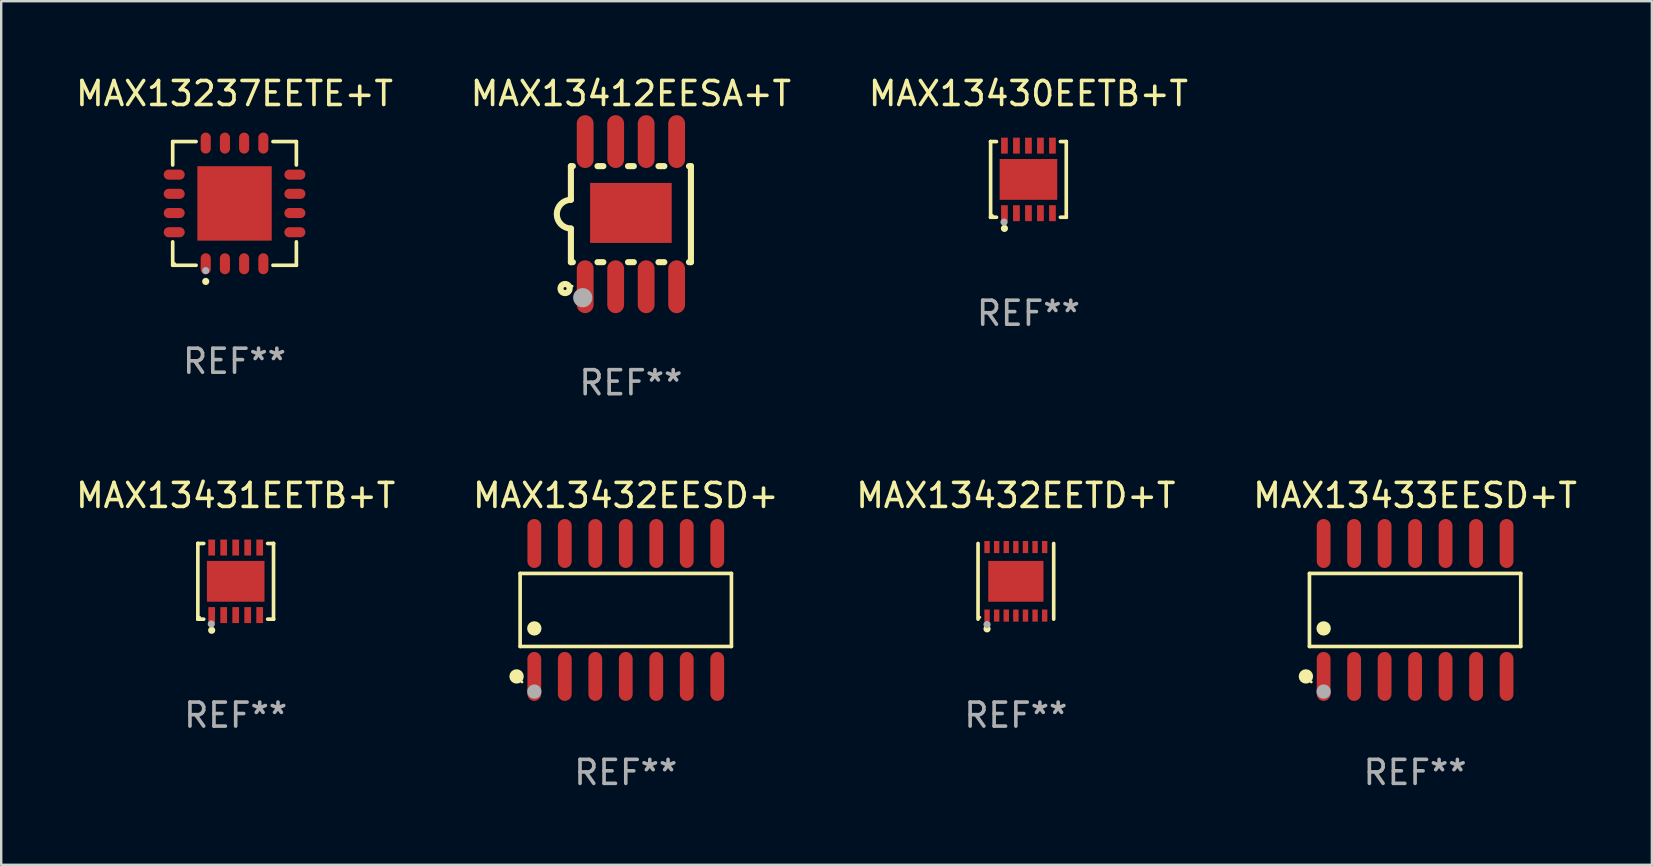
<source format=kicad_pcb>
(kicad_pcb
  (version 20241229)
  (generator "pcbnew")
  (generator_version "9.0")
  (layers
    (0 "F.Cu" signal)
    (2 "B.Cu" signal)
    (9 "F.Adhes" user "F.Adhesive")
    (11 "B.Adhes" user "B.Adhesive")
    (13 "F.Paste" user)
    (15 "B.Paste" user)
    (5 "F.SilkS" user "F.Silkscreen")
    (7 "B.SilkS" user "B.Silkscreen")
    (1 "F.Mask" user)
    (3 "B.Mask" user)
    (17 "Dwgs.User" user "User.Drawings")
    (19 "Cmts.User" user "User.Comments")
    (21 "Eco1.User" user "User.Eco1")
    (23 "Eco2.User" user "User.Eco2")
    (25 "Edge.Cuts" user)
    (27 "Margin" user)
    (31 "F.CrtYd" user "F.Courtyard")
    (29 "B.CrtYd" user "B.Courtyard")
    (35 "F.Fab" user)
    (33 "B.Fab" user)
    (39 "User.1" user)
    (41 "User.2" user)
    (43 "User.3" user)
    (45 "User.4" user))
  (footprint "MAX13412EESA+T"
    (layer "F.Cu")
    (at 23.232 5.871)
    (property "Reference" "MAX13412EESA+T" (at 0 -5.023 0) (layer "F.SilkS") (effects (font (size 1 1) (thickness 0.15))))
    (attr through_hole)
    (fp_line (start -2.5 -2) (end -2.5 -0.6) (stroke (width 0.254) (type solid)) (layer "F.SilkS"))
    (fp_line (start -2.5 2) (end -2.5 0.6) (stroke (width 0.254) (type solid)) (layer "F.SilkS"))
    (fp_line (start -2.418 2) (end -2.5 2) (stroke (width 0.254) (type solid)) (layer "F.SilkS"))
    (fp_line (start -2.418 -2) (end -2.5 -2) (stroke (width 0.254) (type solid)) (layer "F.SilkS"))
    (fp_line (start -1.148 2) (end -1.392 2) (stroke (width 0.254) (type solid)) (layer "F.SilkS"))
    (fp_line (start -1.148 -2) (end -1.392 -2) (stroke (width 0.254) (type solid)) (layer "F.SilkS"))
    (fp_line (start 0.122 2) (end -0.122 2) (stroke (width 0.254) (type solid)) (layer "F.SilkS"))
    (fp_line (start 0.122 -2) (end -0.122 -2) (stroke (width 0.254) (type solid)) (layer "F.SilkS"))
    (fp_line (start 1.392 2) (end 1.148 2) (stroke (width 0.254) (type solid)) (layer "F.SilkS"))
    (fp_line (start 1.392 -2) (end 1.148 -2) (stroke (width 0.254) (type solid)) (layer "F.SilkS"))
    (fp_line (start 2.5 -2) (end 2.418 -2) (stroke (width 0.254) (type solid)) (layer "F.SilkS"))
    (fp_line (start 2.5 -2) (end 2.5 2) (stroke (width 0.254) (type solid)) (layer "F.SilkS"))
    (fp_line (start 2.5 2) (end 2.418 2) (stroke (width 0.254) (type solid)) (layer "F.SilkS"))
    (fp_arc (start -2.499365 0.599441) (mid -3.094402 0) (end -2.499364 -0.599441) (stroke (width 0.254001) (type solid)) (layer "F.SilkS"))
    (fp_circle (center -2.743 3.099) (end -2.553 3.099) (stroke (width 0.254) (type solid)) (fill no) (layer "F.SilkS"))
    (fp_circle (center -2.45 3) (end -2.42 3) (stroke (width 0.06) (type solid)) (fill no) (layer "F.SilkS"))
    (fp_circle (center -2.007 3.48) (end -1.807 3.48) (stroke (width 0.4) (type solid)) (fill no) (layer "F.Fab"))
    (fp_text user "REF**" (at 0 7.023 0) (layer "F.Fab") (effects (font (size 1 1) (thickness 0.15))))
    (pad "1" smd oval (at -1.905 3.023 180) (size 0.7 2.2) (layers "F.Cu" "F.Mask" "F.Paste"))
    (pad "2" smd oval (at -0.635 3.023 180) (size 0.7 2.2) (layers "F.Cu" "F.Mask" "F.Paste"))
    (pad "3" smd oval (at 0.635 3.023 180) (size 0.7 2.2) (layers "F.Cu" "F.Mask" "F.Paste"))
    (pad "4" smd oval (at 1.905 3.023 180) (size 0.7 2.2) (layers "F.Cu" "F.Mask" "F.Paste"))
    (pad "5" smd oval (at 1.905 -3.023 180) (size 0.7 2.2) (layers "F.Cu" "F.Mask" "F.Paste"))
    (pad "6" smd oval (at 0.635 -3.023 180) (size 0.7 2.2) (layers "F.Cu" "F.Mask" "F.Paste"))
    (pad "7" smd oval (at -0.635 -3.023 180) (size 0.7 2.2) (layers "F.Cu" "F.Mask" "F.Paste"))
    (pad "8" smd oval (at -1.905 -3.023 180) (size 0.7 2.2) (layers "F.Cu" "F.Mask" "F.Paste"))
    (pad "9" smd rect (at 0 -0.051 90) (size 2.5 3.4) (layers "F.Cu" "F.Mask" "F.Paste")))
  (footprint "MAX13432EESD+"
    (layer "F.Cu")
    (at 23.018 22.359)
    (property "Reference" "MAX13432EESD+" (at 0 -4.769 0) (layer "F.SilkS") (effects (font (size 1 1) (thickness 0.15))))
    (attr through_hole)
    (fp_line (start -4.401 -1.521) (end 4.401 -1.521) (stroke (width 0.152) (type solid)) (layer "F.SilkS"))
    (fp_line (start -4.401 1.521) (end -4.401 -1.521) (stroke (width 0.152) (type solid)) (layer "F.SilkS"))
    (fp_line (start 4.401 -1.521) (end 4.401 1.521) (stroke (width 0.152) (type solid)) (layer "F.SilkS"))
    (fp_line (start 4.401 1.521) (end -4.401 1.521) (stroke (width 0.152) (type solid)) (layer "F.SilkS"))
    (fp_circle (center -4.549 2.769) (end -4.399 2.769) (stroke (width 0.3) (type solid)) (fill no) (layer "F.SilkS"))
    (fp_circle (center -4.325 3) (end -4.295 3) (stroke (width 0.06) (type solid)) (fill no) (layer "F.SilkS"))
    (fp_circle (center -3.81 0.769) (end -3.66 0.769) (stroke (width 0.3) (type solid)) (fill no) (layer "F.SilkS"))
    (fp_circle (center -3.81 3.4) (end -3.66 3.4) (stroke (width 0.3) (type solid)) (fill no) (layer "F.Fab"))
    (fp_text user "REF**" (at 0 6.769 0) (layer "F.Fab") (effects (font (size 1 1) (thickness 0.15))))
    (pad "1" smd oval (at -3.81 2.769) (size 0.574 2.038) (layers "F.Cu" "F.Mask" "F.Paste"))
    (pad "2" smd oval (at -2.54 2.769) (size 0.574 2.038) (layers "F.Cu" "F.Mask" "F.Paste"))
    (pad "3" smd oval (at -1.27 2.769) (size 0.574 2.038) (layers "F.Cu" "F.Mask" "F.Paste"))
    (pad "4" smd oval (at 0 2.769) (size 0.574 2.038) (layers "F.Cu" "F.Mask" "F.Paste"))
    (pad "5" smd oval (at 1.27 2.769) (size 0.574 2.038) (layers "F.Cu" "F.Mask" "F.Paste"))
    (pad "6" smd oval (at 2.54 2.769) (size 0.574 2.038) (layers "F.Cu" "F.Mask" "F.Paste"))
    (pad "7" smd oval (at 3.81 2.769) (size 0.574 2.038) (layers "F.Cu" "F.Mask" "F.Paste"))
    (pad "8" smd oval (at 3.81 -2.769) (size 0.574 2.038) (layers "F.Cu" "F.Mask" "F.Paste"))
    (pad "9" smd oval (at 2.54 -2.769) (size 0.574 2.038) (layers "F.Cu" "F.Mask" "F.Paste"))
    (pad "10" smd oval (at 1.27 -2.769) (size 0.574 2.038) (layers "F.Cu" "F.Mask" "F.Paste"))
    (pad "11" smd oval (at 0 -2.769) (size 0.574 2.038) (layers "F.Cu" "F.Mask" "F.Paste"))
    (pad "12" smd oval (at -1.27 -2.769) (size 0.574 2.038) (layers "F.Cu" "F.Mask" "F.Paste"))
    (pad "13" smd oval (at -2.54 -2.769) (size 0.574 2.038) (layers "F.Cu" "F.Mask" "F.Paste"))
    (pad "14" smd oval (at -3.81 -2.769) (size 0.574 2.038) (layers "F.Cu" "F.Mask" "F.Paste")))
  (footprint "MAX13433EESD+T"
    (layer "F.Cu")
    (at 55.899 22.359)
    (property "Reference" "MAX13433EESD+T" (at 0 -4.769 0) (layer "F.SilkS") (effects (font (size 1 1) (thickness 0.15))))
    (attr through_hole)
    (fp_line (start -4.401 -1.521) (end 4.401 -1.521) (stroke (width 0.152) (type solid)) (layer "F.SilkS"))
    (fp_line (start -4.401 1.521) (end -4.401 -1.521) (stroke (width 0.152) (type solid)) (layer "F.SilkS"))
    (fp_line (start 4.401 -1.521) (end 4.401 1.521) (stroke (width 0.152) (type solid)) (layer "F.SilkS"))
    (fp_line (start 4.401 1.521) (end -4.401 1.521) (stroke (width 0.152) (type solid)) (layer "F.SilkS"))
    (fp_circle (center -4.549 2.769) (end -4.399 2.769) (stroke (width 0.3) (type solid)) (fill no) (layer "F.SilkS"))
    (fp_circle (center -4.325 3) (end -4.295 3) (stroke (width 0.06) (type solid)) (fill no) (layer "F.SilkS"))
    (fp_circle (center -3.81 0.769) (end -3.66 0.769) (stroke (width 0.3) (type solid)) (fill no) (layer "F.SilkS"))
    (fp_circle (center -3.81 3.4) (end -3.66 3.4) (stroke (width 0.3) (type solid)) (fill no) (layer "F.Fab"))
    (fp_text user "REF**" (at 0 6.769 0) (layer "F.Fab") (effects (font (size 1 1) (thickness 0.15))))
    (pad "1" smd oval (at -3.81 2.769) (size 0.574 2.038) (layers "F.Cu" "F.Mask" "F.Paste"))
    (pad "2" smd oval (at -2.54 2.769) (size 0.574 2.038) (layers "F.Cu" "F.Mask" "F.Paste"))
    (pad "3" smd oval (at -1.27 2.769) (size 0.574 2.038) (layers "F.Cu" "F.Mask" "F.Paste"))
    (pad "4" smd oval (at 0 2.769) (size 0.574 2.038) (layers "F.Cu" "F.Mask" "F.Paste"))
    (pad "5" smd oval (at 1.27 2.769) (size 0.574 2.038) (layers "F.Cu" "F.Mask" "F.Paste"))
    (pad "6" smd oval (at 2.54 2.769) (size 0.574 2.038) (layers "F.Cu" "F.Mask" "F.Paste"))
    (pad "7" smd oval (at 3.81 2.769) (size 0.574 2.038) (layers "F.Cu" "F.Mask" "F.Paste"))
    (pad "8" smd oval (at 3.81 -2.769) (size 0.574 2.038) (layers "F.Cu" "F.Mask" "F.Paste"))
    (pad "9" smd oval (at 2.54 -2.769) (size 0.574 2.038) (layers "F.Cu" "F.Mask" "F.Paste"))
    (pad "10" smd oval (at 1.27 -2.769) (size 0.574 2.038) (layers "F.Cu" "F.Mask" "F.Paste"))
    (pad "11" smd oval (at 0 -2.769) (size 0.574 2.038) (layers "F.Cu" "F.Mask" "F.Paste"))
    (pad "12" smd oval (at -1.27 -2.769) (size 0.574 2.038) (layers "F.Cu" "F.Mask" "F.Paste"))
    (pad "13" smd oval (at -2.54 -2.769) (size 0.574 2.038) (layers "F.Cu" "F.Mask" "F.Paste"))
    (pad "14" smd oval (at -3.81 -2.769) (size 0.574 2.038) (layers "F.Cu" "F.Mask" "F.Paste")))
  (footprint "MAX13430EETB+T"
    (layer "F.Cu")
    (at 39.792 4.424)
    (property "Reference" "MAX13430EETB+T" (at 0 -3.576 0) (layer "F.SilkS") (effects (font (size 1 1) (thickness 0.15))))
    (attr through_hole)
    (fp_line (start -1.576 -1.576) (end -1.576 -1.576) (stroke (width 0.152) (type solid)) (layer "F.SilkS"))
    (fp_line (start -1.576 -1.576) (end -1.331 -1.576) (stroke (width 0.152) (type solid)) (layer "F.SilkS"))
    (fp_line (start -1.576 1.576) (end -1.576 -1.576) (stroke (width 0.152) (type solid)) (layer "F.SilkS"))
    (fp_line (start -1.576 1.576) (end -1.576 1.576) (stroke (width 0.152) (type solid)) (layer "F.SilkS"))
    (fp_line (start -1.331 1.576) (end -1.576 1.576) (stroke (width 0.152) (type solid)) (layer "F.SilkS"))
    (fp_line (start 1.331 1.576) (end 1.576 1.576) (stroke (width 0.152) (type solid)) (layer "F.SilkS"))
    (fp_line (start 1.576 -1.576) (end 1.331 -1.576) (stroke (width 0.152) (type solid)) (layer "F.SilkS"))
    (fp_line (start 1.576 -1.576) (end 1.576 -1.576) (stroke (width 0.152) (type solid)) (layer "F.SilkS"))
    (fp_line (start 1.576 1.576) (end 1.576 -1.576) (stroke (width 0.152) (type solid)) (layer "F.SilkS"))
    (fp_line (start 1.576 1.576) (end 1.576 1.576) (stroke (width 0.152) (type solid)) (layer "F.SilkS"))
    (fp_circle (center -1.5 1.5) (end -1.47 1.5) (stroke (width 0.06) (type solid)) (fill no) (layer "F.SilkS"))
    (fp_circle (center -1 2.04) (end -0.925 2.04) (stroke (width 0.15) (type solid)) (fill no) (layer "F.SilkS"))
    (fp_circle (center -1.016 1.778) (end -0.941 1.778) (stroke (width 0.15) (type solid)) (fill no) (layer "F.Fab"))
    (fp_text user "REF**" (at 0 5.576 0) (layer "F.Fab") (effects (font (size 1 1) (thickness 0.15))))
    (pad "1" smd rect (at -1 1.407) (size 0.28 0.665) (layers "F.Cu" "F.Mask" "F.Paste"))
    (pad "2" smd rect (at -0.5 1.407) (size 0.28 0.665) (layers "F.Cu" "F.Mask" "F.Paste"))
    (pad "3" smd rect (at 0 1.407) (size 0.28 0.665) (layers "F.Cu" "F.Mask" "F.Paste"))
    (pad "4" smd rect (at 0.5 1.407) (size 0.28 0.665) (layers "F.Cu" "F.Mask" "F.Paste"))
    (pad "5" smd rect (at 1 1.407) (size 0.28 0.665) (layers "F.Cu" "F.Mask" "F.Paste"))
    (pad "6" smd rect (at 1 -1.407) (size 0.28 0.665) (layers "F.Cu" "F.Mask" "F.Paste"))
    (pad "7" smd rect (at 0.5 -1.407) (size 0.28 0.665) (layers "F.Cu" "F.Mask" "F.Paste"))
    (pad "8" smd rect (at 0 -1.407) (size 0.28 0.665) (layers "F.Cu" "F.Mask" "F.Paste"))
    (pad "9" smd rect (at -0.5 -1.407) (size 0.28 0.665) (layers "F.Cu" "F.Mask" "F.Paste"))
    (pad "10" smd rect (at -1 -1.407) (size 0.28 0.665) (layers "F.Cu" "F.Mask" "F.Paste"))
    (pad "11" smd rect (at 0 0) (size 2.4 1.7) (layers "F.Cu" "F.Mask" "F.Paste")))
  (footprint "MAX13432EETD+T"
    (layer "F.Cu")
    (at 39.268 21.166)
    (property "Reference" "MAX13432EETD+T" (at 0 -3.576 0) (layer "F.SilkS") (effects (font (size 1 1) (thickness 0.15))))
    (attr through_hole)
    (fp_line (start -1.576 1.576) (end -1.576 -1.576) (stroke (width 0.152) (type solid)) (layer "F.SilkS"))
    (fp_line (start 1.576 1.576) (end 1.576 -1.576) (stroke (width 0.152) (type solid)) (layer "F.SilkS"))
    (fp_circle (center -1.5 1.5) (end -1.47 1.5) (stroke (width 0.06) (type solid)) (fill no) (layer "F.SilkS"))
    (fp_circle (center -1.2 1.98) (end -1.125 1.98) (stroke (width 0.15) (type solid)) (fill no) (layer "F.SilkS"))
    (fp_circle (center -1.2 1.8) (end -1.125 1.8) (stroke (width 0.15) (type solid)) (fill no) (layer "F.Fab"))
    (fp_text user "REF**" (at 0 5.576 0) (layer "F.Fab") (effects (font (size 1 1) (thickness 0.15))))
    (pad "1" smd rect (at -1.2 1.427) (size 0.224 0.505) (layers "F.Cu" "F.Mask" "F.Paste"))
    (pad "2" smd rect (at -0.8 1.427) (size 0.224 0.505) (layers "F.Cu" "F.Mask" "F.Paste"))
    (pad "3" smd rect (at -0.4 1.427) (size 0.224 0.505) (layers "F.Cu" "F.Mask" "F.Paste"))
    (pad "4" smd rect (at 0 1.427) (size 0.224 0.505) (layers "F.Cu" "F.Mask" "F.Paste"))
    (pad "5" smd rect (at 0.4 1.427) (size 0.224 0.505) (layers "F.Cu" "F.Mask" "F.Paste"))
    (pad "6" smd rect (at 0.8 1.427) (size 0.224 0.505) (layers "F.Cu" "F.Mask" "F.Paste"))
    (pad "7" smd rect (at 1.2 1.427) (size 0.224 0.505) (layers "F.Cu" "F.Mask" "F.Paste"))
    (pad "8" smd rect (at 1.2 -1.427) (size 0.224 0.505) (layers "F.Cu" "F.Mask" "F.Paste"))
    (pad "9" smd rect (at 0.8 -1.427) (size 0.224 0.505) (layers "F.Cu" "F.Mask" "F.Paste"))
    (pad "10" smd rect (at 0.4 -1.427) (size 0.224 0.505) (layers "F.Cu" "F.Mask" "F.Paste"))
    (pad "11" smd rect (at 0 -1.427) (size 0.224 0.505) (layers "F.Cu" "F.Mask" "F.Paste"))
    (pad "12" smd rect (at -0.4 -1.427) (size 0.224 0.505) (layers "F.Cu" "F.Mask" "F.Paste"))
    (pad "13" smd rect (at -0.8 -1.427) (size 0.224 0.505) (layers "F.Cu" "F.Mask" "F.Paste"))
    (pad "14" smd rect (at -1.2 -1.427) (size 0.224 0.505) (layers "F.Cu" "F.Mask" "F.Paste"))
    (pad "15" smd rect (at 0 0) (size 2.3 1.7) (layers "F.Cu" "F.Mask" "F.Paste")))
  (footprint "MAX13237EETE+T"
    (layer "F.Cu")
    (at 6.72 5.424)
    (property "Reference" "MAX13237EETE+T" (at 0 -4.576 0) (layer "F.SilkS") (effects (font (size 1 1) (thickness 0.15))))
    (attr through_hole)
    (fp_line (start -2.576 -2.576) (end -1.601 -2.576) (stroke (width 0.152) (type solid)) (layer "F.SilkS"))
    (fp_line (start -2.576 -1.601) (end -2.576 -2.576) (stroke (width 0.152) (type solid)) (layer "F.SilkS"))
    (fp_line (start -2.576 1.601) (end -2.576 2.576) (stroke (width 0.152) (type solid)) (layer "F.SilkS"))
    (fp_line (start -2.576 2.576) (end -1.601 2.576) (stroke (width 0.152) (type solid)) (layer "F.SilkS"))
    (fp_line (start 2.576 -2.576) (end 1.601 -2.576) (stroke (width 0.152) (type solid)) (layer "F.SilkS"))
    (fp_line (start 2.576 -1.601) (end 2.576 -2.576) (stroke (width 0.152) (type solid)) (layer "F.SilkS"))
    (fp_line (start 2.576 1.601) (end 2.576 2.576) (stroke (width 0.152) (type solid)) (layer "F.SilkS"))
    (fp_line (start 2.576 2.576) (end 1.601 2.576) (stroke (width 0.152) (type solid)) (layer "F.SilkS"))
    (fp_circle (center -2.5 2.5) (end -2.47 2.5) (stroke (width 0.06) (type solid)) (fill no) (layer "F.SilkS"))
    (fp_circle (center -1.2 3.25) (end -1.125 3.25) (stroke (width 0.15) (type solid)) (fill no) (layer "F.SilkS"))
    (fp_circle (center -1.2 2.8) (end -1.125 2.8) (stroke (width 0.15) (type solid)) (fill no) (layer "F.Fab"))
    (fp_text user "REF**" (at 0 6.576 0) (layer "F.Fab") (effects (font (size 1 1) (thickness 0.15))))
    (pad "1" smd oval (at -1.2 2.513) (size 0.42 0.875) (layers "F.Cu" "F.Mask" "F.Paste"))
    (pad "2" smd oval (at -0.4 2.513) (size 0.42 0.875) (layers "F.Cu" "F.Mask" "F.Paste"))
    (pad "3" smd oval (at 0.4 2.513) (size 0.42 0.875) (layers "F.Cu" "F.Mask" "F.Paste"))
    (pad "4" smd oval (at 1.2 2.513) (size 0.42 0.875) (layers "F.Cu" "F.Mask" "F.Paste"))
    (pad "5" smd oval (at 2.513 1.2) (size 0.875 0.42) (layers "F.Cu" "F.Mask" "F.Paste"))
    (pad "6" smd oval (at 2.513 0.4) (size 0.875 0.42) (layers "F.Cu" "F.Mask" "F.Paste"))
    (pad "7" smd oval (at 2.513 -0.4) (size 0.875 0.42) (layers "F.Cu" "F.Mask" "F.Paste"))
    (pad "8" smd oval (at 2.513 -1.2) (size 0.875 0.42) (layers "F.Cu" "F.Mask" "F.Paste"))
    (pad "9" smd oval (at 1.2 -2.513) (size 0.42 0.875) (layers "F.Cu" "F.Mask" "F.Paste"))
    (pad "10" smd oval (at 0.4 -2.513) (size 0.42 0.875) (layers "F.Cu" "F.Mask" "F.Paste"))
    (pad "11" smd oval (at -0.4 -2.513) (size 0.42 0.875) (layers "F.Cu" "F.Mask" "F.Paste"))
    (pad "12" smd oval (at -1.2 -2.513) (size 0.42 0.875) (layers "F.Cu" "F.Mask" "F.Paste"))
    (pad "13" smd oval (at -2.513 -1.2) (size 0.875 0.42) (layers "F.Cu" "F.Mask" "F.Paste"))
    (pad "14" smd oval (at -2.513 -0.4) (size 0.875 0.42) (layers "F.Cu" "F.Mask" "F.Paste"))
    (pad "15" smd oval (at -2.513 0.4) (size 0.875 0.42) (layers "F.Cu" "F.Mask" "F.Paste"))
    (pad "16" smd oval (at -2.513 1.2) (size 0.875 0.42) (layers "F.Cu" "F.Mask" "F.Paste"))
    (pad "17" smd rect (at 0 0) (size 3.1 3.1) (layers "F.Cu" "F.Mask" "F.Paste")))
  (footprint "MAX13431EETB+T"
    (layer "F.Cu")
    (at 6.768 21.166)
    (property "Reference" "MAX13431EETB+T" (at 0 -3.576 0) (layer "F.SilkS") (effects (font (size 1 1) (thickness 0.15))))
    (attr through_hole)
    (fp_line (start -1.576 -1.576) (end -1.576 -1.576) (stroke (width 0.152) (type solid)) (layer "F.SilkS"))
    (fp_line (start -1.576 -1.576) (end -1.331 -1.576) (stroke (width 0.152) (type solid)) (layer "F.SilkS"))
    (fp_line (start -1.576 1.576) (end -1.576 -1.576) (stroke (width 0.152) (type solid)) (layer "F.SilkS"))
    (fp_line (start -1.576 1.576) (end -1.576 1.576) (stroke (width 0.152) (type solid)) (layer "F.SilkS"))
    (fp_line (start -1.331 1.576) (end -1.576 1.576) (stroke (width 0.152) (type solid)) (layer "F.SilkS"))
    (fp_line (start 1.331 1.576) (end 1.576 1.576) (stroke (width 0.152) (type solid)) (layer "F.SilkS"))
    (fp_line (start 1.576 -1.576) (end 1.331 -1.576) (stroke (width 0.152) (type solid)) (layer "F.SilkS"))
    (fp_line (start 1.576 -1.576) (end 1.576 -1.576) (stroke (width 0.152) (type solid)) (layer "F.SilkS"))
    (fp_line (start 1.576 1.576) (end 1.576 -1.576) (stroke (width 0.152) (type solid)) (layer "F.SilkS"))
    (fp_line (start 1.576 1.576) (end 1.576 1.576) (stroke (width 0.152) (type solid)) (layer "F.SilkS"))
    (fp_circle (center -1.5 1.5) (end -1.47 1.5) (stroke (width 0.06) (type solid)) (fill no) (layer "F.SilkS"))
    (fp_circle (center -1 2.04) (end -0.925 2.04) (stroke (width 0.15) (type solid)) (fill no) (layer "F.SilkS"))
    (fp_circle (center -1.016 1.778) (end -0.941 1.778) (stroke (width 0.15) (type solid)) (fill no) (layer "F.Fab"))
    (fp_text user "REF**" (at 0 5.576 0) (layer "F.Fab") (effects (font (size 1 1) (thickness 0.15))))
    (pad "1" smd rect (at -1 1.407) (size 0.28 0.665) (layers "F.Cu" "F.Mask" "F.Paste"))
    (pad "2" smd rect (at -0.5 1.407) (size 0.28 0.665) (layers "F.Cu" "F.Mask" "F.Paste"))
    (pad "3" smd rect (at 0 1.407) (size 0.28 0.665) (layers "F.Cu" "F.Mask" "F.Paste"))
    (pad "4" smd rect (at 0.5 1.407) (size 0.28 0.665) (layers "F.Cu" "F.Mask" "F.Paste"))
    (pad "5" smd rect (at 1 1.407) (size 0.28 0.665) (layers "F.Cu" "F.Mask" "F.Paste"))
    (pad "6" smd rect (at 1 -1.407) (size 0.28 0.665) (layers "F.Cu" "F.Mask" "F.Paste"))
    (pad "7" smd rect (at 0.5 -1.407) (size 0.28 0.665) (layers "F.Cu" "F.Mask" "F.Paste"))
    (pad "8" smd rect (at 0 -1.407) (size 0.28 0.665) (layers "F.Cu" "F.Mask" "F.Paste"))
    (pad "9" smd rect (at -0.5 -1.407) (size 0.28 0.665) (layers "F.Cu" "F.Mask" "F.Paste"))
    (pad "10" smd rect (at -1 -1.407) (size 0.28 0.665) (layers "F.Cu" "F.Mask" "F.Paste"))
    (pad "11" smd rect (at 0 0) (size 2.4 1.7) (layers "F.Cu" "F.Mask" "F.Paste")))
  (gr_rect
    (start -3 -3)
    (end 65.762 32.976)
    (stroke (width 0.1) (type default))
    (fill no)
    (layer "Edge.Cuts")))
</source>
